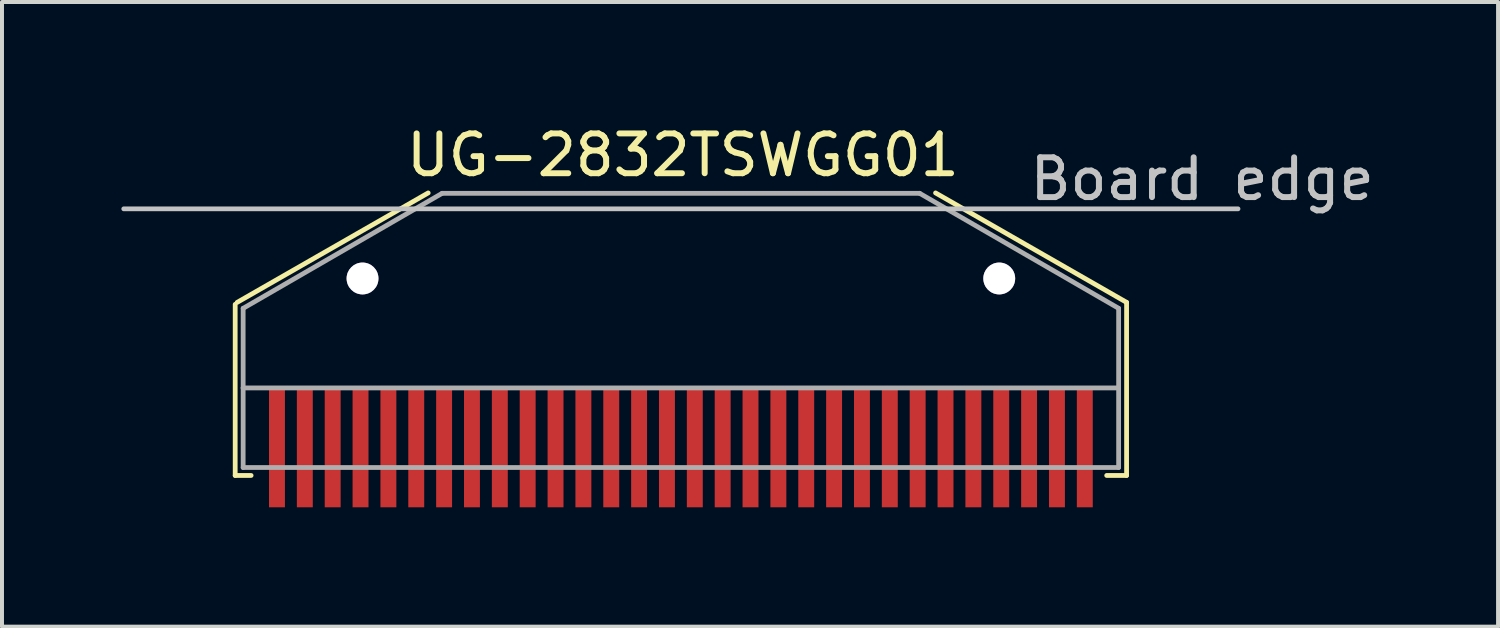
<source format=kicad_pcb>
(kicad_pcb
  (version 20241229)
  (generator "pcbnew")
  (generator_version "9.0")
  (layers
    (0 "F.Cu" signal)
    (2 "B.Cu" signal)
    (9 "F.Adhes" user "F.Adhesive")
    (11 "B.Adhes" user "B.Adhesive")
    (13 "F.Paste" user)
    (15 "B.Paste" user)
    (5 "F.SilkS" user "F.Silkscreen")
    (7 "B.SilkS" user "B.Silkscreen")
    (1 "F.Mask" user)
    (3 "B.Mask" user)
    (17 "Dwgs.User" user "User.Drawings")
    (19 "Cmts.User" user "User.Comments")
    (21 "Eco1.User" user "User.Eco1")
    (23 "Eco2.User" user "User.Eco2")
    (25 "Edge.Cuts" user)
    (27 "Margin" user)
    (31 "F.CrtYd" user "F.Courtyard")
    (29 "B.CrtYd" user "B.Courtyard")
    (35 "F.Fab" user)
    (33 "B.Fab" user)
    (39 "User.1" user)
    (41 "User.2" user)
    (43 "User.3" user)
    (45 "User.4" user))
  (footprint "UG-2832TSWGG01"
    (layer "F.Cu")
    (at 14.06 8.698)
    (property "Reference" "UG-2832TSWGG01" (at 0.05 -7.85 0) (layer "F.SilkS") (effects (font (size 1 1) (thickness 0.15))))
    (attr through_hole)
    (fp_line (start -11.2 0.2) (end -11.2 -4.1) (stroke (width 0.12) (type solid)) (layer "F.SilkS"))
    (fp_line (start -11.15 -4.15) (end -6.35 -6.9) (stroke (width 0.12) (type solid)) (layer "F.SilkS"))
    (fp_line (start -10.8 0.2) (end -11.2 0.2) (stroke (width 0.12) (type solid)) (layer "F.SilkS"))
    (fp_line (start 10.7 0.2) (end 11.2 0.2) (stroke (width 0.12) (type solid)) (layer "F.SilkS"))
    (fp_line (start 11.2 -4.15) (end 6.4 -6.9) (stroke (width 0.12) (type solid)) (layer "F.SilkS"))
    (fp_line (start 11.2 0.2) (end 11.2 -4.15) (stroke (width 0.12) (type solid)) (layer "F.SilkS"))
    (fp_line (start -14 -6.5) (end 14 -6.5) (stroke (width 0.12) (type solid)) (layer "Dwgs.User"))
    (fp_line (start -11 -4) (end -6 -6.89) (stroke (width 0.12) (type solid)) (layer "F.Fab"))
    (fp_line (start -11 -2) (end -11 -4) (stroke (width 0.12) (type solid)) (layer "F.Fab"))
    (fp_line (start -11 -2) (end 11 -2) (stroke (width 0.12) (type solid)) (layer "F.Fab"))
    (fp_line (start -11 0) (end -11 -2) (stroke (width 0.12) (type solid)) (layer "F.Fab"))
    (fp_line (start -11 0) (end 11 0) (stroke (width 0.12) (type solid)) (layer "F.Fab"))
    (fp_line (start -6 -6.89) (end 6 -6.89) (stroke (width 0.12) (type solid)) (layer "F.Fab"))
    (fp_line (start 11 -4) (end 6 -6.89) (stroke (width 0.12) (type solid)) (layer "F.Fab"))
    (fp_line (start 11 -4) (end 11 -2) (stroke (width 0.12) (type solid)) (layer "F.Fab"))
    (fp_line (start 11 -2) (end 11 0) (stroke (width 0.12) (type solid)) (layer "F.Fab"))
    (fp_text user "Board edge" (at 13.1 -7.25 0) (layer "Dwgs.User") (effects (font (size 1 1) (thickness 0.15))))
    (pad "" thru_hole circle (at -8 -4.75) (size 0.8 0.8) (drill 0.8) (layers "*.Cu" "*.Mask"))
    (pad "" thru_hole circle (at 8 -4.75) (size 0.8 0.8) (drill 0.8) (layers "*.Cu" "*.Mask"))
    (pad "1" smd rect (at -10.15 -0.5) (size 0.4 3) (layers "F.Cu" "F.Mask" "F.Paste"))
    (pad "2" smd rect (at -9.45 -0.5) (size 0.4 3) (layers "F.Cu" "F.Mask" "F.Paste"))
    (pad "3" smd rect (at -8.75 -0.5) (size 0.4 3) (layers "F.Cu" "F.Mask" "F.Paste"))
    (pad "4" smd rect (at -8.05 -0.5) (size 0.4 3) (layers "F.Cu" "F.Mask" "F.Paste"))
    (pad "5" smd rect (at -7.35 -0.5) (size 0.4 3) (layers "F.Cu" "F.Mask" "F.Paste"))
    (pad "6" smd rect (at -6.65 -0.5) (size 0.4 3) (layers "F.Cu" "F.Mask" "F.Paste"))
    (pad "7" smd rect (at -5.95 -0.5) (size 0.4 3) (layers "F.Cu" "F.Mask" "F.Paste"))
    (pad "8" smd rect (at -5.25 -0.5) (size 0.4 3) (layers "F.Cu" "F.Mask" "F.Paste"))
    (pad "9" smd rect (at -4.55 -0.5) (size 0.4 3) (layers "F.Cu" "F.Mask" "F.Paste"))
    (pad "10" smd rect (at -3.85 -0.5) (size 0.4 3) (layers "F.Cu" "F.Mask" "F.Paste"))
    (pad "11" smd rect (at -3.15 -0.5) (size 0.4 3) (layers "F.Cu" "F.Mask" "F.Paste"))
    (pad "12" smd rect (at -2.45 -0.5) (size 0.4 3) (layers "F.Cu" "F.Mask" "F.Paste"))
    (pad "13" smd rect (at -1.75 -0.5) (size 0.4 3) (layers "F.Cu" "F.Mask" "F.Paste"))
    (pad "14" smd rect (at -1.05 -0.5) (size 0.4 3) (layers "F.Cu" "F.Mask" "F.Paste"))
    (pad "15" smd rect (at -0.35 -0.5) (size 0.4 3) (layers "F.Cu" "F.Mask" "F.Paste"))
    (pad "16" smd rect (at 0.35 -0.5) (size 0.4 3) (layers "F.Cu" "F.Mask" "F.Paste"))
    (pad "17" smd rect (at 1.05 -0.5) (size 0.4 3) (layers "F.Cu" "F.Mask" "F.Paste"))
    (pad "18" smd rect (at 1.75 -0.5) (size 0.4 3) (layers "F.Cu" "F.Mask" "F.Paste"))
    (pad "19" smd rect (at 2.45 -0.5) (size 0.4 3) (layers "F.Cu" "F.Mask" "F.Paste"))
    (pad "20" smd rect (at 3.15 -0.5) (size 0.4 3) (layers "F.Cu" "F.Mask" "F.Paste"))
    (pad "21" smd rect (at 3.85 -0.5) (size 0.4 3) (layers "F.Cu" "F.Mask" "F.Paste"))
    (pad "22" smd rect (at 4.55 -0.5) (size 0.4 3) (layers "F.Cu" "F.Mask" "F.Paste"))
    (pad "23" smd rect (at 5.25 -0.5) (size 0.4 3) (layers "F.Cu" "F.Mask" "F.Paste"))
    (pad "24" smd rect (at 5.95 -0.5) (size 0.4 3) (layers "F.Cu" "F.Mask" "F.Paste"))
    (pad "25" smd rect (at 6.65 -0.5) (size 0.4 3) (layers "F.Cu" "F.Mask" "F.Paste"))
    (pad "26" smd rect (at 7.35 -0.5) (size 0.4 3) (layers "F.Cu" "F.Mask" "F.Paste"))
    (pad "27" smd rect (at 8.05 -0.5) (size 0.4 3) (layers "F.Cu" "F.Mask" "F.Paste"))
    (pad "28" smd rect (at 8.75 -0.5) (size 0.4 3) (layers "F.Cu" "F.Mask" "F.Paste"))
    (pad "29" smd rect (at 9.45 -0.5) (size 0.4 3) (layers "F.Cu" "F.Mask" "F.Paste"))
    (pad "30" smd rect (at 10.15 -0.5) (size 0.4 3) (layers "F.Cu" "F.Mask" "F.Paste")))
  (gr_rect
    (start -3 -3)
    (end 34.595 12.698)
    (stroke (width 0.1) (type default))
    (fill no)
    (layer "Edge.Cuts")))
</source>
